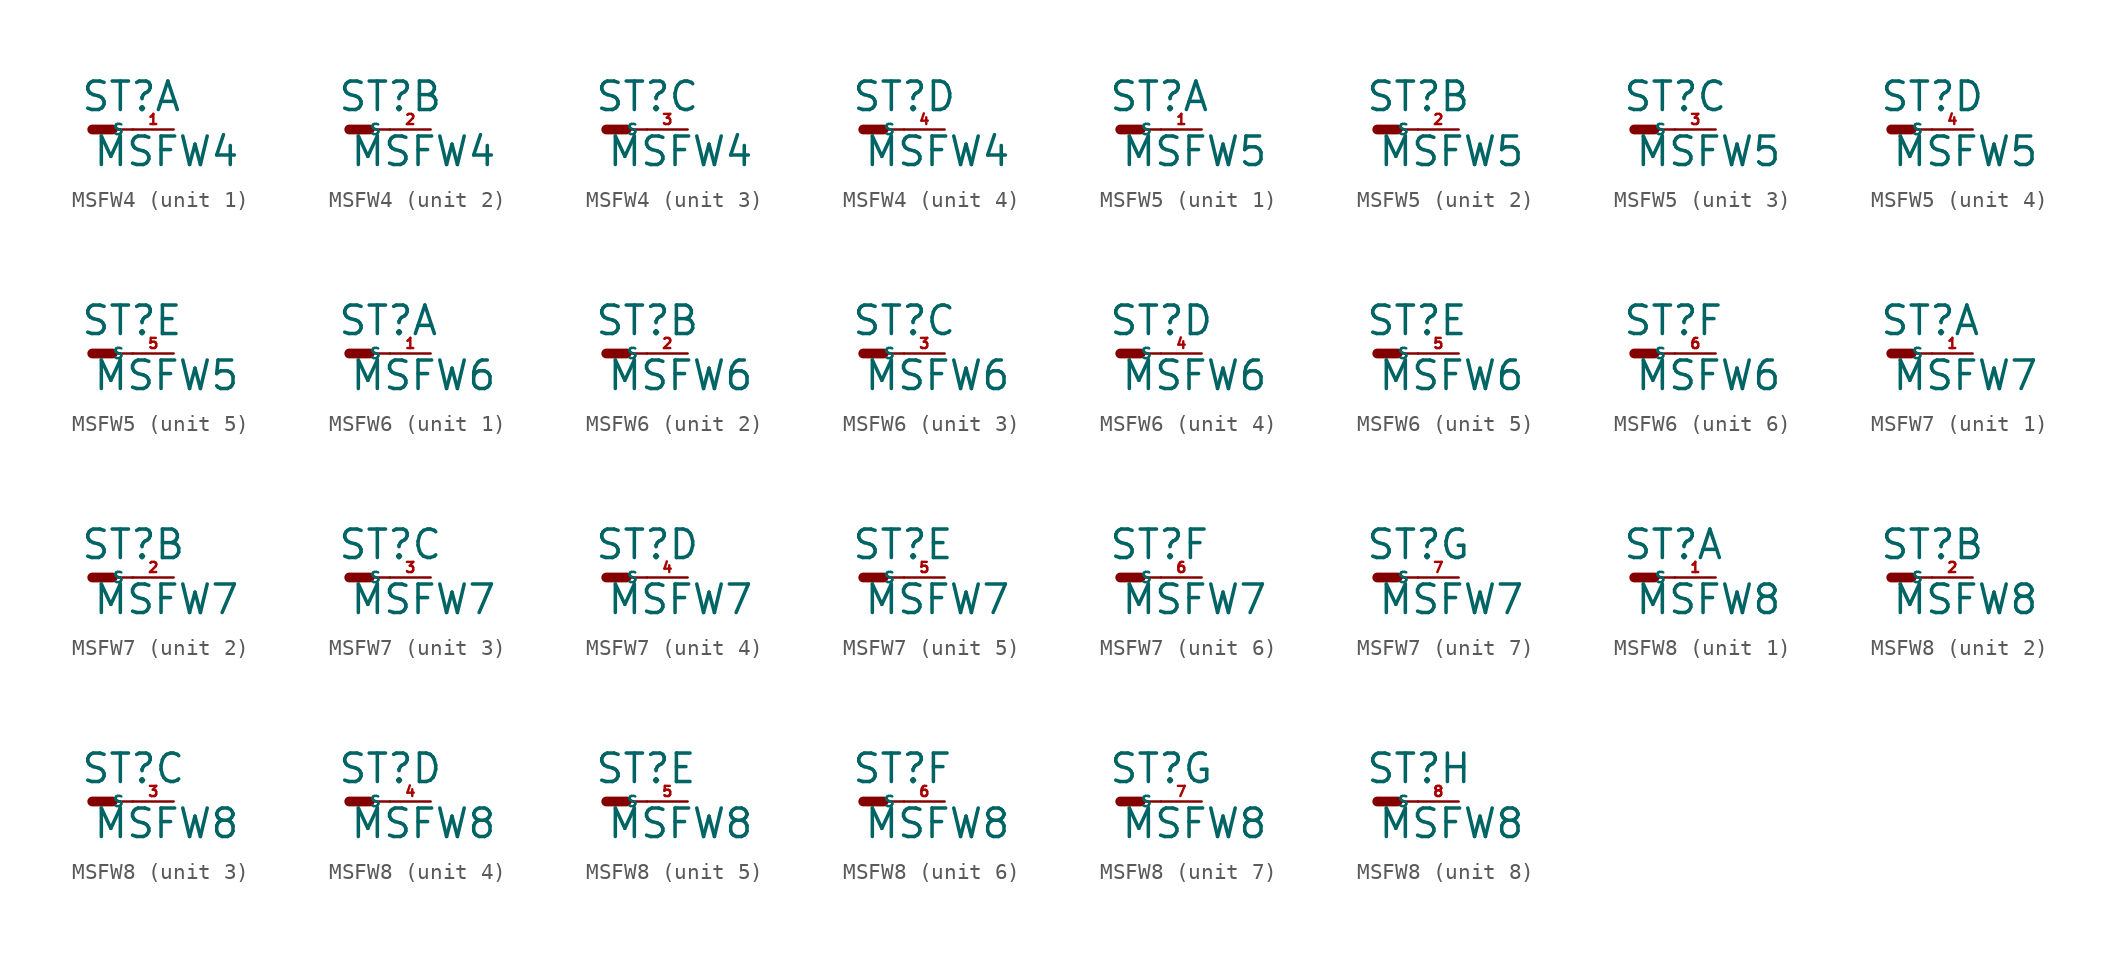
<source format=kicad_sym>
(kicad_symbol_lib
  (version 20220914)
  (generator Eagle2Kicad)
  (symbol "MSFW4"
    (property "Reference" "ST"
      (at -0.762 1.016 0)
      (effects (font (size 1.778 1.778) (thickness 0.22)) (justify left bottom)))
    (property "Value" "MSFW4"
      (at 0 -2.413 0)
      (effects (font (size 1.778 1.778) (thickness 0.22)) (justify left bottom)))
    (symbol "MSFW4_1_0"
      (polyline (pts (xy 1.27 0) (xy 2.54 0)) (stroke (width 0.152) (type default)) (fill (type none)))
      (polyline (pts (xy 0 0) (xy 1.27 0)) (stroke (width 0.61) (type default)) (fill (type none)))
      (pin passive line (at 5.08 0 180) (length 2.54) (name "S" (effects (font (size 0.635 0.635) (thickness 0.08)) (justify left bottom))) (number "1" (effects (font (size 0.635 0.635) (thickness 0.08)) (justify left bottom)))))
    (symbol "MSFW4_2_0"
      (polyline (pts (xy 1.27 0) (xy 2.54 0)) (stroke (width 0.152) (type default)) (fill (type none)))
      (polyline (pts (xy 0 0) (xy 1.27 0)) (stroke (width 0.61) (type default)) (fill (type none)))
      (pin passive line (at 5.08 0 180) (length 2.54) (name "S" (effects (font (size 0.635 0.635) (thickness 0.08)) (justify left bottom))) (number "2" (effects (font (size 0.635 0.635) (thickness 0.08)) (justify left bottom)))))
    (symbol "MSFW4_3_0"
      (polyline (pts (xy 1.27 0) (xy 2.54 0)) (stroke (width 0.152) (type default)) (fill (type none)))
      (polyline (pts (xy 0 0) (xy 1.27 0)) (stroke (width 0.61) (type default)) (fill (type none)))
      (pin passive line (at 5.08 0 180) (length 2.54) (name "S" (effects (font (size 0.635 0.635) (thickness 0.08)) (justify left bottom))) (number "3" (effects (font (size 0.635 0.635) (thickness 0.08)) (justify left bottom)))))
    (symbol "MSFW4_4_0"
      (polyline (pts (xy 1.27 0) (xy 2.54 0)) (stroke (width 0.152) (type default)) (fill (type none)))
      (polyline (pts (xy 0 0) (xy 1.27 0)) (stroke (width 0.61) (type default)) (fill (type none)))
      (pin passive line (at 5.08 0 180) (length 2.54) (name "S" (effects (font (size 0.635 0.635) (thickness 0.08)) (justify left bottom))) (number "4" (effects (font (size 0.635 0.635) (thickness 0.08)) (justify left bottom))))))
  (symbol "MSFW5"
    (property "Reference" "ST"
      (at -0.762 1.016 0)
      (effects (font (size 1.778 1.778) (thickness 0.22)) (justify left bottom)))
    (property "Value" "MSFW5"
      (at 0 -2.413 0)
      (effects (font (size 1.778 1.778) (thickness 0.22)) (justify left bottom)))
    (symbol "MSFW5_1_0"
      (polyline (pts (xy 1.27 0) (xy 2.54 0)) (stroke (width 0.152) (type default)) (fill (type none)))
      (polyline (pts (xy 0 0) (xy 1.27 0)) (stroke (width 0.61) (type default)) (fill (type none)))
      (pin passive line (at 5.08 0 180) (length 2.54) (name "S" (effects (font (size 0.635 0.635) (thickness 0.08)) (justify left bottom))) (number "1" (effects (font (size 0.635 0.635) (thickness 0.08)) (justify left bottom)))))
    (symbol "MSFW5_2_0"
      (polyline (pts (xy 1.27 0) (xy 2.54 0)) (stroke (width 0.152) (type default)) (fill (type none)))
      (polyline (pts (xy 0 0) (xy 1.27 0)) (stroke (width 0.61) (type default)) (fill (type none)))
      (pin passive line (at 5.08 0 180) (length 2.54) (name "S" (effects (font (size 0.635 0.635) (thickness 0.08)) (justify left bottom))) (number "2" (effects (font (size 0.635 0.635) (thickness 0.08)) (justify left bottom)))))
    (symbol "MSFW5_3_0"
      (polyline (pts (xy 1.27 0) (xy 2.54 0)) (stroke (width 0.152) (type default)) (fill (type none)))
      (polyline (pts (xy 0 0) (xy 1.27 0)) (stroke (width 0.61) (type default)) (fill (type none)))
      (pin passive line (at 5.08 0 180) (length 2.54) (name "S" (effects (font (size 0.635 0.635) (thickness 0.08)) (justify left bottom))) (number "3" (effects (font (size 0.635 0.635) (thickness 0.08)) (justify left bottom)))))
    (symbol "MSFW5_4_0"
      (polyline (pts (xy 1.27 0) (xy 2.54 0)) (stroke (width 0.152) (type default)) (fill (type none)))
      (polyline (pts (xy 0 0) (xy 1.27 0)) (stroke (width 0.61) (type default)) (fill (type none)))
      (pin passive line (at 5.08 0 180) (length 2.54) (name "S" (effects (font (size 0.635 0.635) (thickness 0.08)) (justify left bottom))) (number "4" (effects (font (size 0.635 0.635) (thickness 0.08)) (justify left bottom)))))
    (symbol "MSFW5_5_0"
      (polyline (pts (xy 1.27 0) (xy 2.54 0)) (stroke (width 0.152) (type default)) (fill (type none)))
      (polyline (pts (xy 0 0) (xy 1.27 0)) (stroke (width 0.61) (type default)) (fill (type none)))
      (pin passive line (at 5.08 0 180) (length 2.54) (name "S" (effects (font (size 0.635 0.635) (thickness 0.08)) (justify left bottom))) (number "5" (effects (font (size 0.635 0.635) (thickness 0.08)) (justify left bottom))))))
  (symbol "MSFW6"
    (property "Reference" "ST"
      (at -0.762 1.016 0)
      (effects (font (size 1.778 1.778) (thickness 0.22)) (justify left bottom)))
    (property "Value" "MSFW6"
      (at 0 -2.413 0)
      (effects (font (size 1.778 1.778) (thickness 0.22)) (justify left bottom)))
    (symbol "MSFW6_1_0"
      (polyline (pts (xy 1.27 0) (xy 2.54 0)) (stroke (width 0.152) (type default)) (fill (type none)))
      (polyline (pts (xy 0 0) (xy 1.27 0)) (stroke (width 0.61) (type default)) (fill (type none)))
      (pin passive line (at 5.08 0 180) (length 2.54) (name "S" (effects (font (size 0.635 0.635) (thickness 0.08)) (justify left bottom))) (number "1" (effects (font (size 0.635 0.635) (thickness 0.08)) (justify left bottom)))))
    (symbol "MSFW6_2_0"
      (polyline (pts (xy 1.27 0) (xy 2.54 0)) (stroke (width 0.152) (type default)) (fill (type none)))
      (polyline (pts (xy 0 0) (xy 1.27 0)) (stroke (width 0.61) (type default)) (fill (type none)))
      (pin passive line (at 5.08 0 180) (length 2.54) (name "S" (effects (font (size 0.635 0.635) (thickness 0.08)) (justify left bottom))) (number "2" (effects (font (size 0.635 0.635) (thickness 0.08)) (justify left bottom)))))
    (symbol "MSFW6_3_0"
      (polyline (pts (xy 1.27 0) (xy 2.54 0)) (stroke (width 0.152) (type default)) (fill (type none)))
      (polyline (pts (xy 0 0) (xy 1.27 0)) (stroke (width 0.61) (type default)) (fill (type none)))
      (pin passive line (at 5.08 0 180) (length 2.54) (name "S" (effects (font (size 0.635 0.635) (thickness 0.08)) (justify left bottom))) (number "3" (effects (font (size 0.635 0.635) (thickness 0.08)) (justify left bottom)))))
    (symbol "MSFW6_4_0"
      (polyline (pts (xy 1.27 0) (xy 2.54 0)) (stroke (width 0.152) (type default)) (fill (type none)))
      (polyline (pts (xy 0 0) (xy 1.27 0)) (stroke (width 0.61) (type default)) (fill (type none)))
      (pin passive line (at 5.08 0 180) (length 2.54) (name "S" (effects (font (size 0.635 0.635) (thickness 0.08)) (justify left bottom))) (number "4" (effects (font (size 0.635 0.635) (thickness 0.08)) (justify left bottom)))))
    (symbol "MSFW6_5_0"
      (polyline (pts (xy 1.27 0) (xy 2.54 0)) (stroke (width 0.152) (type default)) (fill (type none)))
      (polyline (pts (xy 0 0) (xy 1.27 0)) (stroke (width 0.61) (type default)) (fill (type none)))
      (pin passive line (at 5.08 0 180) (length 2.54) (name "S" (effects (font (size 0.635 0.635) (thickness 0.08)) (justify left bottom))) (number "5" (effects (font (size 0.635 0.635) (thickness 0.08)) (justify left bottom)))))
    (symbol "MSFW6_6_0"
      (polyline (pts (xy 1.27 0) (xy 2.54 0)) (stroke (width 0.152) (type default)) (fill (type none)))
      (polyline (pts (xy 0 0) (xy 1.27 0)) (stroke (width 0.61) (type default)) (fill (type none)))
      (pin passive line (at 5.08 0 180) (length 2.54) (name "S" (effects (font (size 0.635 0.635) (thickness 0.08)) (justify left bottom))) (number "6" (effects (font (size 0.635 0.635) (thickness 0.08)) (justify left bottom))))))
  (symbol "MSFW7"
    (property "Reference" "ST"
      (at -0.762 1.016 0)
      (effects (font (size 1.778 1.778) (thickness 0.22)) (justify left bottom)))
    (property "Value" "MSFW7"
      (at 0 -2.413 0)
      (effects (font (size 1.778 1.778) (thickness 0.22)) (justify left bottom)))
    (symbol "MSFW7_1_0"
      (polyline (pts (xy 1.27 0) (xy 2.54 0)) (stroke (width 0.152) (type default)) (fill (type none)))
      (polyline (pts (xy 0 0) (xy 1.27 0)) (stroke (width 0.61) (type default)) (fill (type none)))
      (pin passive line (at 5.08 0 180) (length 2.54) (name "S" (effects (font (size 0.635 0.635) (thickness 0.08)) (justify left bottom))) (number "1" (effects (font (size 0.635 0.635) (thickness 0.08)) (justify left bottom)))))
    (symbol "MSFW7_2_0"
      (polyline (pts (xy 1.27 0) (xy 2.54 0)) (stroke (width 0.152) (type default)) (fill (type none)))
      (polyline (pts (xy 0 0) (xy 1.27 0)) (stroke (width 0.61) (type default)) (fill (type none)))
      (pin passive line (at 5.08 0 180) (length 2.54) (name "S" (effects (font (size 0.635 0.635) (thickness 0.08)) (justify left bottom))) (number "2" (effects (font (size 0.635 0.635) (thickness 0.08)) (justify left bottom)))))
    (symbol "MSFW7_3_0"
      (polyline (pts (xy 1.27 0) (xy 2.54 0)) (stroke (width 0.152) (type default)) (fill (type none)))
      (polyline (pts (xy 0 0) (xy 1.27 0)) (stroke (width 0.61) (type default)) (fill (type none)))
      (pin passive line (at 5.08 0 180) (length 2.54) (name "S" (effects (font (size 0.635 0.635) (thickness 0.08)) (justify left bottom))) (number "3" (effects (font (size 0.635 0.635) (thickness 0.08)) (justify left bottom)))))
    (symbol "MSFW7_4_0"
      (polyline (pts (xy 1.27 0) (xy 2.54 0)) (stroke (width 0.152) (type default)) (fill (type none)))
      (polyline (pts (xy 0 0) (xy 1.27 0)) (stroke (width 0.61) (type default)) (fill (type none)))
      (pin passive line (at 5.08 0 180) (length 2.54) (name "S" (effects (font (size 0.635 0.635) (thickness 0.08)) (justify left bottom))) (number "4" (effects (font (size 0.635 0.635) (thickness 0.08)) (justify left bottom)))))
    (symbol "MSFW7_5_0"
      (polyline (pts (xy 1.27 0) (xy 2.54 0)) (stroke (width 0.152) (type default)) (fill (type none)))
      (polyline (pts (xy 0 0) (xy 1.27 0)) (stroke (width 0.61) (type default)) (fill (type none)))
      (pin passive line (at 5.08 0 180) (length 2.54) (name "S" (effects (font (size 0.635 0.635) (thickness 0.08)) (justify left bottom))) (number "5" (effects (font (size 0.635 0.635) (thickness 0.08)) (justify left bottom)))))
    (symbol "MSFW7_6_0"
      (polyline (pts (xy 1.27 0) (xy 2.54 0)) (stroke (width 0.152) (type default)) (fill (type none)))
      (polyline (pts (xy 0 0) (xy 1.27 0)) (stroke (width 0.61) (type default)) (fill (type none)))
      (pin passive line (at 5.08 0 180) (length 2.54) (name "S" (effects (font (size 0.635 0.635) (thickness 0.08)) (justify left bottom))) (number "6" (effects (font (size 0.635 0.635) (thickness 0.08)) (justify left bottom)))))
    (symbol "MSFW7_7_0"
      (polyline (pts (xy 1.27 0) (xy 2.54 0)) (stroke (width 0.152) (type default)) (fill (type none)))
      (polyline (pts (xy 0 0) (xy 1.27 0)) (stroke (width 0.61) (type default)) (fill (type none)))
      (pin passive line (at 5.08 0 180) (length 2.54) (name "S" (effects (font (size 0.635 0.635) (thickness 0.08)) (justify left bottom))) (number "7" (effects (font (size 0.635 0.635) (thickness 0.08)) (justify left bottom))))))
  (symbol "MSFW8"
    (property "Reference" "ST"
      (at -0.762 1.016 0)
      (effects (font (size 1.778 1.778) (thickness 0.22)) (justify left bottom)))
    (property "Value" "MSFW8"
      (at 0 -2.413 0)
      (effects (font (size 1.778 1.778) (thickness 0.22)) (justify left bottom)))
    (symbol "MSFW8_1_0"
      (polyline (pts (xy 1.27 0) (xy 2.54 0)) (stroke (width 0.152) (type default)) (fill (type none)))
      (polyline (pts (xy 0 0) (xy 1.27 0)) (stroke (width 0.61) (type default)) (fill (type none)))
      (pin passive line (at 5.08 0 180) (length 2.54) (name "S" (effects (font (size 0.635 0.635) (thickness 0.08)) (justify left bottom))) (number "1" (effects (font (size 0.635 0.635) (thickness 0.08)) (justify left bottom)))))
    (symbol "MSFW8_2_0"
      (polyline (pts (xy 1.27 0) (xy 2.54 0)) (stroke (width 0.152) (type default)) (fill (type none)))
      (polyline (pts (xy 0 0) (xy 1.27 0)) (stroke (width 0.61) (type default)) (fill (type none)))
      (pin passive line (at 5.08 0 180) (length 2.54) (name "S" (effects (font (size 0.635 0.635) (thickness 0.08)) (justify left bottom))) (number "2" (effects (font (size 0.635 0.635) (thickness 0.08)) (justify left bottom)))))
    (symbol "MSFW8_3_0"
      (polyline (pts (xy 1.27 0) (xy 2.54 0)) (stroke (width 0.152) (type default)) (fill (type none)))
      (polyline (pts (xy 0 0) (xy 1.27 0)) (stroke (width 0.61) (type default)) (fill (type none)))
      (pin passive line (at 5.08 0 180) (length 2.54) (name "S" (effects (font (size 0.635 0.635) (thickness 0.08)) (justify left bottom))) (number "3" (effects (font (size 0.635 0.635) (thickness 0.08)) (justify left bottom)))))
    (symbol "MSFW8_4_0"
      (polyline (pts (xy 1.27 0) (xy 2.54 0)) (stroke (width 0.152) (type default)) (fill (type none)))
      (polyline (pts (xy 0 0) (xy 1.27 0)) (stroke (width 0.61) (type default)) (fill (type none)))
      (pin passive line (at 5.08 0 180) (length 2.54) (name "S" (effects (font (size 0.635 0.635) (thickness 0.08)) (justify left bottom))) (number "4" (effects (font (size 0.635 0.635) (thickness 0.08)) (justify left bottom)))))
    (symbol "MSFW8_5_0"
      (polyline (pts (xy 1.27 0) (xy 2.54 0)) (stroke (width 0.152) (type default)) (fill (type none)))
      (polyline (pts (xy 0 0) (xy 1.27 0)) (stroke (width 0.61) (type default)) (fill (type none)))
      (pin passive line (at 5.08 0 180) (length 2.54) (name "S" (effects (font (size 0.635 0.635) (thickness 0.08)) (justify left bottom))) (number "5" (effects (font (size 0.635 0.635) (thickness 0.08)) (justify left bottom)))))
    (symbol "MSFW8_6_0"
      (polyline (pts (xy 1.27 0) (xy 2.54 0)) (stroke (width 0.152) (type default)) (fill (type none)))
      (polyline (pts (xy 0 0) (xy 1.27 0)) (stroke (width 0.61) (type default)) (fill (type none)))
      (pin passive line (at 5.08 0 180) (length 2.54) (name "S" (effects (font (size 0.635 0.635) (thickness 0.08)) (justify left bottom))) (number "6" (effects (font (size 0.635 0.635) (thickness 0.08)) (justify left bottom)))))
    (symbol "MSFW8_7_0"
      (polyline (pts (xy 1.27 0) (xy 2.54 0)) (stroke (width 0.152) (type default)) (fill (type none)))
      (polyline (pts (xy 0 0) (xy 1.27 0)) (stroke (width 0.61) (type default)) (fill (type none)))
      (pin passive line (at 5.08 0 180) (length 2.54) (name "S" (effects (font (size 0.635 0.635) (thickness 0.08)) (justify left bottom))) (number "7" (effects (font (size 0.635 0.635) (thickness 0.08)) (justify left bottom)))))
    (symbol "MSFW8_8_0"
      (polyline (pts (xy 1.27 0) (xy 2.54 0)) (stroke (width 0.152) (type default)) (fill (type none)))
      (polyline (pts (xy 0 0) (xy 1.27 0)) (stroke (width 0.61) (type default)) (fill (type none)))
      (pin passive line (at 5.08 0 180) (length 2.54) (name "S" (effects (font (size 0.635 0.635) (thickness 0.08)) (justify left bottom))) (number "8" (effects (font (size 0.635 0.635) (thickness 0.08)) (justify left bottom)))))))
</source>
